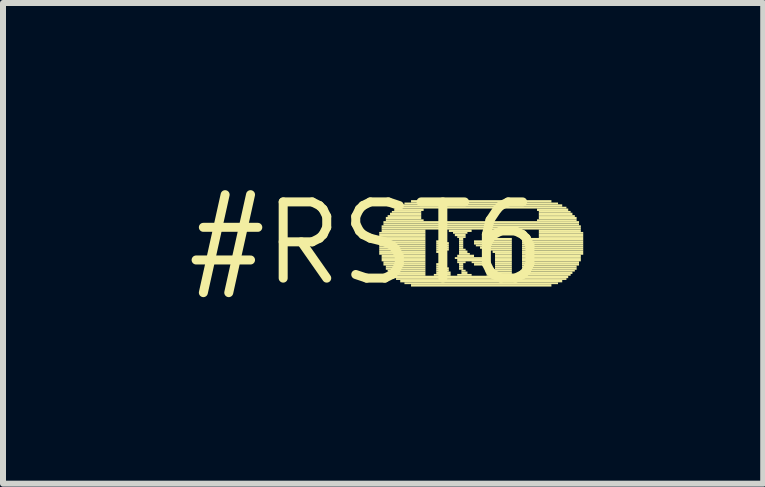
<source format=kicad_pcb>
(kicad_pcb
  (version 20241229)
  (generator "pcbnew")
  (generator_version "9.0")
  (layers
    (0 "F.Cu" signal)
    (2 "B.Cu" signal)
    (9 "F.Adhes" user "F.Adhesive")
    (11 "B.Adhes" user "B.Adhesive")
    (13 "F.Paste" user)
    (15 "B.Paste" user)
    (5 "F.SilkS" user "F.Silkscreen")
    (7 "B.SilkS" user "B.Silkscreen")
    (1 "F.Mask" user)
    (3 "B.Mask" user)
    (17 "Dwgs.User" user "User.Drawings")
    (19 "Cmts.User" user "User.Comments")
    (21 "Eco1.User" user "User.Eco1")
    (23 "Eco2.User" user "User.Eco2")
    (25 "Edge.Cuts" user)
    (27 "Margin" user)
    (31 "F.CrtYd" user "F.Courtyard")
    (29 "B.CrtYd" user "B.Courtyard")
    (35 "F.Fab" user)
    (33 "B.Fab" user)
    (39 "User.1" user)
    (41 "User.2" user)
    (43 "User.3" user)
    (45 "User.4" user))
  (footprint "#RST6"
    (layer "F.Cu")
    (at 3.061 1.006)
    (property "Reference" "#RST6" (at 0 0 0) (layer "F.SilkS") (effects (font (size 1.27 1.27) (thickness 0.15))))
    (fp_poly (pts (xy 0.21 -0.16) (xy 0.98 -0.16) (xy 0.98 -0.19) (xy 0.21 -0.19)) (stroke (width 0) (type solid)) (fill yes) (layer "F.SilkS"))
    (fp_poly (pts (xy 0.21 -0.12) (xy 0.98 -0.12) (xy 0.98 -0.16) (xy 0.21 -0.16)) (stroke (width 0) (type solid)) (fill yes) (layer "F.SilkS"))
    (fp_poly (pts (xy 0.21 -0.09) (xy 0.98 -0.09) (xy 0.98 -0.12) (xy 0.21 -0.12)) (stroke (width 0) (type solid)) (fill yes) (layer "F.SilkS"))
    (fp_poly (pts (xy 0.21 -0.05) (xy 0.98 -0.05) (xy 0.98 -0.09) (xy 0.21 -0.09)) (stroke (width 0) (type solid)) (fill yes) (layer "F.SilkS"))
    (fp_poly (pts (xy 0.21 -0.02) (xy 0.98 -0.02) (xy 0.98 -0.05) (xy 0.21 -0.05)) (stroke (width 0) (type solid)) (fill yes) (layer "F.SilkS"))
    (fp_poly (pts (xy 0.21 0.02) (xy 0.98 0.02) (xy 0.98 -0.02) (xy 0.21 -0.02)) (stroke (width 0) (type solid)) (fill yes) (layer "F.SilkS"))
    (fp_poly (pts (xy 0.21 0.05) (xy 0.98 0.05) (xy 0.98 0.02) (xy 0.21 0.02)) (stroke (width 0) (type solid)) (fill yes) (layer "F.SilkS"))
    (fp_poly (pts (xy 0.21 0.09) (xy 0.98 0.09) (xy 0.98 0.05) (xy 0.21 0.05)) (stroke (width 0) (type solid)) (fill yes) (layer "F.SilkS"))
    (fp_poly (pts (xy 0.21 0.12) (xy 0.98 0.12) (xy 0.98 0.09) (xy 0.21 0.09)) (stroke (width 0) (type solid)) (fill yes) (layer "F.SilkS"))
    (fp_poly (pts (xy 0.21 0.16) (xy 0.98 0.16) (xy 0.98 0.12) (xy 0.21 0.12)) (stroke (width 0) (type solid)) (fill yes) (layer "F.SilkS"))
    (fp_poly (pts (xy 0.21 0.19) (xy 0.98 0.19) (xy 0.98 0.16) (xy 0.21 0.16)) (stroke (width 0) (type solid)) (fill yes) (layer "F.SilkS"))
    (fp_poly (pts (xy 0.25 -0.26) (xy 3.57 -0.26) (xy 3.57 -0.3) (xy 0.25 -0.3)) (stroke (width 0) (type solid)) (fill yes) (layer "F.SilkS"))
    (fp_poly (pts (xy 0.25 -0.23) (xy 3.57 -0.23) (xy 3.57 -0.26) (xy 0.25 -0.26)) (stroke (width 0) (type solid)) (fill yes) (layer "F.SilkS"))
    (fp_poly (pts (xy 0.25 -0.19) (xy 0.98 -0.19) (xy 0.98 -0.23) (xy 0.25 -0.23)) (stroke (width 0) (type solid)) (fill yes) (layer "F.SilkS"))
    (fp_poly (pts (xy 0.25 0.23) (xy 0.98 0.23) (xy 0.98 0.19) (xy 0.25 0.19)) (stroke (width 0) (type solid)) (fill yes) (layer "F.SilkS"))
    (fp_poly (pts (xy 0.25 0.26) (xy 0.98 0.26) (xy 0.98 0.23) (xy 0.25 0.23)) (stroke (width 0) (type solid)) (fill yes) (layer "F.SilkS"))
    (fp_poly (pts (xy 0.25 0.3) (xy 0.98 0.3) (xy 0.98 0.26) (xy 0.25 0.26)) (stroke (width 0) (type solid)) (fill yes) (layer "F.SilkS"))
    (fp_poly (pts (xy 0.28 -0.33) (xy 3.54 -0.33) (xy 3.54 -0.37) (xy 0.28 -0.37)) (stroke (width 0) (type solid)) (fill yes) (layer "F.SilkS"))
    (fp_poly (pts (xy 0.28 -0.3) (xy 3.54 -0.3) (xy 3.54 -0.33) (xy 0.28 -0.33)) (stroke (width 0) (type solid)) (fill yes) (layer "F.SilkS"))
    (fp_poly (pts (xy 0.28 0.33) (xy 0.98 0.33) (xy 0.98 0.3) (xy 0.28 0.3)) (stroke (width 0) (type solid)) (fill yes) (layer "F.SilkS"))
    (fp_poly (pts (xy 0.28 0.37) (xy 0.98 0.37) (xy 0.98 0.33) (xy 0.28 0.33)) (stroke (width 0) (type solid)) (fill yes) (layer "F.SilkS"))
    (fp_poly (pts (xy 0.32 -0.4) (xy 0.91 -0.4) (xy 0.91 -0.44) (xy 0.32 -0.44)) (stroke (width 0) (type solid)) (fill yes) (layer "F.SilkS"))
    (fp_poly (pts (xy 0.32 -0.37) (xy 0.95 -0.37) (xy 0.95 -0.4) (xy 0.32 -0.4)) (stroke (width 0) (type solid)) (fill yes) (layer "F.SilkS"))
    (fp_poly (pts (xy 0.32 0.4) (xy 0.98 0.4) (xy 0.98 0.37) (xy 0.32 0.37)) (stroke (width 0) (type solid)) (fill yes) (layer "F.SilkS"))
    (fp_poly (pts (xy 0.32 0.44) (xy 0.98 0.44) (xy 0.98 0.4) (xy 0.32 0.4)) (stroke (width 0) (type solid)) (fill yes) (layer "F.SilkS"))
    (fp_poly (pts (xy 0.35 -0.44) (xy 0.91 -0.44) (xy 0.91 -0.47) (xy 0.35 -0.47)) (stroke (width 0) (type solid)) (fill yes) (layer "F.SilkS"))
    (fp_poly (pts (xy 0.35 0.47) (xy 0.98 0.47) (xy 0.98 0.44) (xy 0.35 0.44)) (stroke (width 0) (type solid)) (fill yes) (layer "F.SilkS"))
    (fp_poly (pts (xy 0.39 -0.47) (xy 0.91 -0.47) (xy 0.91 -0.51) (xy 0.39 -0.51)) (stroke (width 0) (type solid)) (fill yes) (layer "F.SilkS"))
    (fp_poly (pts (xy 0.39 0.51) (xy 0.98 0.51) (xy 0.98 0.47) (xy 0.39 0.47)) (stroke (width 0) (type solid)) (fill yes) (layer "F.SilkS"))
    (fp_poly (pts (xy 0.42 -0.51) (xy 0.91 -0.51) (xy 0.91 -0.54) (xy 0.42 -0.54)) (stroke (width 0) (type solid)) (fill yes) (layer "F.SilkS"))
    (fp_poly (pts (xy 0.42 0.54) (xy 0.98 0.54) (xy 0.98 0.51) (xy 0.42 0.51)) (stroke (width 0) (type solid)) (fill yes) (layer "F.SilkS"))
    (fp_poly (pts (xy 0.46 -0.54) (xy 0.95 -0.54) (xy 0.95 -0.58) (xy 0.46 -0.58)) (stroke (width 0) (type solid)) (fill yes) (layer "F.SilkS"))
    (fp_poly (pts (xy 0.46 0.58) (xy 3.36 0.58) (xy 3.36 0.54) (xy 0.46 0.54)) (stroke (width 0) (type solid)) (fill yes) (layer "F.SilkS"))
    (fp_poly (pts (xy 0.49 -0.58) (xy 3.33 -0.58) (xy 3.33 -0.61) (xy 0.49 -0.61)) (stroke (width 0) (type solid)) (fill yes) (layer "F.SilkS"))
    (fp_poly (pts (xy 0.49 0.61) (xy 3.33 0.61) (xy 3.33 0.58) (xy 0.49 0.58)) (stroke (width 0) (type solid)) (fill yes) (layer "F.SilkS"))
    (fp_poly (pts (xy 0.56 -0.61) (xy 3.26 -0.61) (xy 3.26 -0.65) (xy 0.56 -0.65)) (stroke (width 0) (type solid)) (fill yes) (layer "F.SilkS"))
    (fp_poly (pts (xy 0.56 0.65) (xy 3.26 0.65) (xy 3.26 0.61) (xy 0.56 0.61)) (stroke (width 0) (type solid)) (fill yes) (layer "F.SilkS"))
    (fp_poly (pts (xy 0.63 -0.65) (xy 3.19 -0.65) (xy 3.19 -0.68) (xy 0.63 -0.68)) (stroke (width 0) (type solid)) (fill yes) (layer "F.SilkS"))
    (fp_poly (pts (xy 0.63 0.68) (xy 3.19 0.68) (xy 3.19 0.65) (xy 0.63 0.65)) (stroke (width 0) (type solid)) (fill yes) (layer "F.SilkS"))
    (fp_poly (pts (xy 0.74 -0.68) (xy 3.08 -0.68) (xy 3.08 -0.72) (xy 0.74 -0.72)) (stroke (width 0) (type solid)) (fill yes) (layer "F.SilkS"))
    (fp_poly (pts (xy 0.74 0.72) (xy 3.08 0.72) (xy 3.08 0.68) (xy 0.74 0.68)) (stroke (width 0) (type solid)) (fill yes) (layer "F.SilkS"))
    (fp_poly (pts (xy 1.12 0.54) (xy 1.4 0.54) (xy 1.4 0.51) (xy 1.12 0.51)) (stroke (width 0) (type solid)) (fill yes) (layer "F.SilkS"))
    (fp_poly (pts (xy 1.16 -0.02) (xy 1.33 -0.02) (xy 1.33 -0.05) (xy 1.16 -0.05)) (stroke (width 0) (type solid)) (fill yes) (layer "F.SilkS"))
    (fp_poly (pts (xy 1.16 0.02) (xy 1.37 0.02) (xy 1.37 -0.02) (xy 1.16 -0.02)) (stroke (width 0) (type solid)) (fill yes) (layer "F.SilkS"))
    (fp_poly (pts (xy 1.16 0.05) (xy 1.37 0.05) (xy 1.37 0.02) (xy 1.16 0.02)) (stroke (width 0) (type solid)) (fill yes) (layer "F.SilkS"))
    (fp_poly (pts (xy 1.16 0.09) (xy 1.37 0.09) (xy 1.37 0.05) (xy 1.16 0.05)) (stroke (width 0) (type solid)) (fill yes) (layer "F.SilkS"))
    (fp_poly (pts (xy 1.16 0.12) (xy 1.37 0.12) (xy 1.37 0.09) (xy 1.16 0.09)) (stroke (width 0) (type solid)) (fill yes) (layer "F.SilkS"))
    (fp_poly (pts (xy 1.16 0.16) (xy 1.33 0.16) (xy 1.33 0.12) (xy 1.16 0.12)) (stroke (width 0) (type solid)) (fill yes) (layer "F.SilkS"))
    (fp_poly (pts (xy 1.16 0.37) (xy 1.33 0.37) (xy 1.33 0.33) (xy 1.16 0.33)) (stroke (width 0) (type solid)) (fill yes) (layer "F.SilkS"))
    (fp_poly (pts (xy 1.16 0.4) (xy 1.33 0.4) (xy 1.33 0.37) (xy 1.16 0.37)) (stroke (width 0) (type solid)) (fill yes) (layer "F.SilkS"))
    (fp_poly (pts (xy 1.16 0.44) (xy 1.37 0.44) (xy 1.37 0.4) (xy 1.16 0.4)) (stroke (width 0) (type solid)) (fill yes) (layer "F.SilkS"))
    (fp_poly (pts (xy 1.16 0.47) (xy 1.37 0.47) (xy 1.37 0.44) (xy 1.16 0.44)) (stroke (width 0) (type solid)) (fill yes) (layer "F.SilkS"))
    (fp_poly (pts (xy 1.16 0.51) (xy 1.4 0.51) (xy 1.4 0.47) (xy 1.16 0.47)) (stroke (width 0) (type solid)) (fill yes) (layer "F.SilkS"))
    (fp_poly (pts (xy 1.37 -0.19) (xy 1.75 -0.19) (xy 1.75 -0.23) (xy 1.37 -0.23)) (stroke (width 0) (type solid)) (fill yes) (layer "F.SilkS"))
    (fp_poly (pts (xy 1.44 -0.16) (xy 1.68 -0.16) (xy 1.68 -0.19) (xy 1.44 -0.19)) (stroke (width 0) (type solid)) (fill yes) (layer "F.SilkS"))
    (fp_poly (pts (xy 1.47 -0.12) (xy 1.65 -0.12) (xy 1.65 -0.16) (xy 1.47 -0.16)) (stroke (width 0) (type solid)) (fill yes) (layer "F.SilkS"))
    (fp_poly (pts (xy 1.47 0.26) (xy 1.93 0.26) (xy 1.93 0.23) (xy 1.47 0.23)) (stroke (width 0) (type solid)) (fill yes) (layer "F.SilkS"))
    (fp_poly (pts (xy 1.51 -0.09) (xy 1.65 -0.09) (xy 1.65 -0.12) (xy 1.51 -0.12)) (stroke (width 0) (type solid)) (fill yes) (layer "F.SilkS"))
    (fp_poly (pts (xy 1.51 0.23) (xy 1.79 0.23) (xy 1.79 0.19) (xy 1.51 0.19)) (stroke (width 0) (type solid)) (fill yes) (layer "F.SilkS"))
    (fp_poly (pts (xy 1.51 0.3) (xy 1.96 0.3) (xy 1.96 0.26) (xy 1.51 0.26)) (stroke (width 0) (type solid)) (fill yes) (layer "F.SilkS"))
    (fp_poly (pts (xy 1.51 0.33) (xy 1.65 0.33) (xy 1.65 0.3) (xy 1.51 0.3)) (stroke (width 0) (type solid)) (fill yes) (layer "F.SilkS"))
    (fp_poly (pts (xy 1.51 0.54) (xy 1.75 0.54) (xy 1.75 0.51) (xy 1.51 0.51)) (stroke (width 0) (type solid)) (fill yes) (layer "F.SilkS"))
    (fp_poly (pts (xy 1.54 -0.05) (xy 1.61 -0.05) (xy 1.61 -0.09) (xy 1.54 -0.09)) (stroke (width 0) (type solid)) (fill yes) (layer "F.SilkS"))
    (fp_poly (pts (xy 1.54 -0.02) (xy 1.61 -0.02) (xy 1.61 -0.05) (xy 1.54 -0.05)) (stroke (width 0) (type solid)) (fill yes) (layer "F.SilkS"))
    (fp_poly (pts (xy 1.54 0.02) (xy 1.61 0.02) (xy 1.61 -0.02) (xy 1.54 -0.02)) (stroke (width 0) (type solid)) (fill yes) (layer "F.SilkS"))
    (fp_poly (pts (xy 1.54 0.05) (xy 1.61 0.05) (xy 1.61 0.02) (xy 1.54 0.02)) (stroke (width 0) (type solid)) (fill yes) (layer "F.SilkS"))
    (fp_poly (pts (xy 1.54 0.09) (xy 1.61 0.09) (xy 1.61 0.05) (xy 1.54 0.05)) (stroke (width 0) (type solid)) (fill yes) (layer "F.SilkS"))
    (fp_poly (pts (xy 1.54 0.12) (xy 1.65 0.12) (xy 1.65 0.09) (xy 1.54 0.09)) (stroke (width 0) (type solid)) (fill yes) (layer "F.SilkS"))
    (fp_poly (pts (xy 1.54 0.16) (xy 1.68 0.16) (xy 1.68 0.12) (xy 1.54 0.12)) (stroke (width 0) (type solid)) (fill yes) (layer "F.SilkS"))
    (fp_poly (pts (xy 1.54 0.19) (xy 1.72 0.19) (xy 1.72 0.16) (xy 1.54 0.16)) (stroke (width 0) (type solid)) (fill yes) (layer "F.SilkS"))
    (fp_poly (pts (xy 1.54 0.37) (xy 1.61 0.37) (xy 1.61 0.33) (xy 1.54 0.33)) (stroke (width 0) (type solid)) (fill yes) (layer "F.SilkS"))
    (fp_poly (pts (xy 1.54 0.4) (xy 1.61 0.4) (xy 1.61 0.37) (xy 1.54 0.37)) (stroke (width 0) (type solid)) (fill yes) (layer "F.SilkS"))
    (fp_poly (pts (xy 1.54 0.44) (xy 1.61 0.44) (xy 1.61 0.4) (xy 1.54 0.4)) (stroke (width 0) (type solid)) (fill yes) (layer "F.SilkS"))
    (fp_poly (pts (xy 1.58 0.47) (xy 1.65 0.47) (xy 1.65 0.44) (xy 1.58 0.44)) (stroke (width 0) (type solid)) (fill yes) (layer "F.SilkS"))
    (fp_poly (pts (xy 1.58 0.51) (xy 1.68 0.51) (xy 1.68 0.47) (xy 1.58 0.47)) (stroke (width 0) (type solid)) (fill yes) (layer "F.SilkS"))
    (fp_poly (pts (xy 1.75 0.33) (xy 1.96 0.33) (xy 1.96 0.3) (xy 1.75 0.3)) (stroke (width 0) (type solid)) (fill yes) (layer "F.SilkS"))
    (fp_poly (pts (xy 1.79 -0.02) (xy 1.96 -0.02) (xy 1.96 -0.05) (xy 1.79 -0.05)) (stroke (width 0) (type solid)) (fill yes) (layer "F.SilkS"))
    (fp_poly (pts (xy 1.79 0.02) (xy 2.42 0.02) (xy 2.42 -0.02) (xy 1.79 -0.02)) (stroke (width 0) (type solid)) (fill yes) (layer "F.SilkS"))
    (fp_poly (pts (xy 1.79 0.37) (xy 1.96 0.37) (xy 1.96 0.33) (xy 1.79 0.33)) (stroke (width 0) (type solid)) (fill yes) (layer "F.SilkS"))
    (fp_poly (pts (xy 1.82 0.05) (xy 2.42 0.05) (xy 2.42 0.02) (xy 1.82 0.02)) (stroke (width 0) (type solid)) (fill yes) (layer "F.SilkS"))
    (fp_poly (pts (xy 1.89 0.09) (xy 2.42 0.09) (xy 2.42 0.05) (xy 1.89 0.05)) (stroke (width 0) (type solid)) (fill yes) (layer "F.SilkS"))
    (fp_poly (pts (xy 2 0.54) (xy 2.45 0.54) (xy 2.45 0.51) (xy 2 0.51)) (stroke (width 0) (type solid)) (fill yes) (layer "F.SilkS"))
    (fp_poly (pts (xy 2.03 -0.19) (xy 2.17 -0.19) (xy 2.17 -0.23) (xy 2.03 -0.23)) (stroke (width 0) (type solid)) (fill yes) (layer "F.SilkS"))
    (fp_poly (pts (xy 2.03 0.12) (xy 2.42 0.12) (xy 2.42 0.09) (xy 2.03 0.09)) (stroke (width 0) (type solid)) (fill yes) (layer "F.SilkS"))
    (fp_poly (pts (xy 2.07 -0.16) (xy 2.14 -0.16) (xy 2.14 -0.19) (xy 2.07 -0.19)) (stroke (width 0) (type solid)) (fill yes) (layer "F.SilkS"))
    (fp_poly (pts (xy 2.07 -0.02) (xy 2.42 -0.02) (xy 2.42 -0.05) (xy 2.07 -0.05)) (stroke (width 0) (type solid)) (fill yes) (layer "F.SilkS"))
    (fp_poly (pts (xy 2.07 0.51) (xy 2.42 0.51) (xy 2.42 0.47) (xy 2.07 0.47)) (stroke (width 0) (type solid)) (fill yes) (layer "F.SilkS"))
    (fp_poly (pts (xy 2.1 -0.12) (xy 2.14 -0.12) (xy 2.14 -0.16) (xy 2.1 -0.16)) (stroke (width 0) (type solid)) (fill yes) (layer "F.SilkS"))
    (fp_poly (pts (xy 2.1 -0.09) (xy 2.17 -0.09) (xy 2.17 -0.12) (xy 2.1 -0.12)) (stroke (width 0) (type solid)) (fill yes) (layer "F.SilkS"))
    (fp_poly (pts (xy 2.1 -0.05) (xy 2.42 -0.05) (xy 2.42 -0.09) (xy 2.1 -0.09)) (stroke (width 0) (type solid)) (fill yes) (layer "F.SilkS"))
    (fp_poly (pts (xy 2.1 0.16) (xy 2.42 0.16) (xy 2.42 0.12) (xy 2.1 0.12)) (stroke (width 0) (type solid)) (fill yes) (layer "F.SilkS"))
    (fp_poly (pts (xy 2.1 0.47) (xy 2.42 0.47) (xy 2.42 0.44) (xy 2.1 0.44)) (stroke (width 0) (type solid)) (fill yes) (layer "F.SilkS"))
    (fp_poly (pts (xy 2.14 0.19) (xy 2.42 0.19) (xy 2.42 0.16) (xy 2.14 0.16)) (stroke (width 0) (type solid)) (fill yes) (layer "F.SilkS"))
    (fp_poly (pts (xy 2.14 0.23) (xy 2.42 0.23) (xy 2.42 0.19) (xy 2.14 0.19)) (stroke (width 0) (type solid)) (fill yes) (layer "F.SilkS"))
    (fp_poly (pts (xy 2.14 0.26) (xy 2.42 0.26) (xy 2.42 0.23) (xy 2.14 0.23)) (stroke (width 0) (type solid)) (fill yes) (layer "F.SilkS"))
    (fp_poly (pts (xy 2.14 0.3) (xy 2.42 0.3) (xy 2.42 0.26) (xy 2.14 0.26)) (stroke (width 0) (type solid)) (fill yes) (layer "F.SilkS"))
    (fp_poly (pts (xy 2.14 0.33) (xy 2.42 0.33) (xy 2.42 0.3) (xy 2.14 0.3)) (stroke (width 0) (type solid)) (fill yes) (layer "F.SilkS"))
    (fp_poly (pts (xy 2.14 0.37) (xy 2.42 0.37) (xy 2.42 0.33) (xy 2.14 0.33)) (stroke (width 0) (type solid)) (fill yes) (layer "F.SilkS"))
    (fp_poly (pts (xy 2.14 0.4) (xy 2.42 0.4) (xy 2.42 0.37) (xy 2.14 0.37)) (stroke (width 0) (type solid)) (fill yes) (layer "F.SilkS"))
    (fp_poly (pts (xy 2.14 0.44) (xy 2.42 0.44) (xy 2.42 0.4) (xy 2.14 0.4)) (stroke (width 0) (type solid)) (fill yes) (layer "F.SilkS"))
    (fp_poly (pts (xy 2.59 -0.02) (xy 3.61 -0.02) (xy 3.61 -0.05) (xy 2.59 -0.05)) (stroke (width 0) (type solid)) (fill yes) (layer "F.SilkS"))
    (fp_poly (pts (xy 2.59 0.02) (xy 3.61 0.02) (xy 3.61 -0.02) (xy 2.59 -0.02)) (stroke (width 0) (type solid)) (fill yes) (layer "F.SilkS"))
    (fp_poly (pts (xy 2.59 0.05) (xy 3.61 0.05) (xy 3.61 0.02) (xy 2.59 0.02)) (stroke (width 0) (type solid)) (fill yes) (layer "F.SilkS"))
    (fp_poly (pts (xy 2.59 0.09) (xy 3.61 0.09) (xy 3.61 0.05) (xy 2.59 0.05)) (stroke (width 0) (type solid)) (fill yes) (layer "F.SilkS"))
    (fp_poly (pts (xy 2.59 0.12) (xy 3.61 0.12) (xy 3.61 0.09) (xy 2.59 0.09)) (stroke (width 0) (type solid)) (fill yes) (layer "F.SilkS"))
    (fp_poly (pts (xy 2.59 0.16) (xy 3.61 0.16) (xy 3.61 0.12) (xy 2.59 0.12)) (stroke (width 0) (type solid)) (fill yes) (layer "F.SilkS"))
    (fp_poly (pts (xy 2.59 0.19) (xy 3.61 0.19) (xy 3.61 0.16) (xy 2.59 0.16)) (stroke (width 0) (type solid)) (fill yes) (layer "F.SilkS"))
    (fp_poly (pts (xy 2.59 0.23) (xy 3.57 0.23) (xy 3.57 0.19) (xy 2.59 0.19)) (stroke (width 0) (type solid)) (fill yes) (layer "F.SilkS"))
    (fp_poly (pts (xy 2.59 0.26) (xy 3.57 0.26) (xy 3.57 0.23) (xy 2.59 0.23)) (stroke (width 0) (type solid)) (fill yes) (layer "F.SilkS"))
    (fp_poly (pts (xy 2.59 0.3) (xy 3.57 0.3) (xy 3.57 0.26) (xy 2.59 0.26)) (stroke (width 0) (type solid)) (fill yes) (layer "F.SilkS"))
    (fp_poly (pts (xy 2.59 0.33) (xy 3.54 0.33) (xy 3.54 0.3) (xy 2.59 0.3)) (stroke (width 0) (type solid)) (fill yes) (layer "F.SilkS"))
    (fp_poly (pts (xy 2.59 0.37) (xy 3.54 0.37) (xy 3.54 0.33) (xy 2.59 0.33)) (stroke (width 0) (type solid)) (fill yes) (layer "F.SilkS"))
    (fp_poly (pts (xy 2.59 0.4) (xy 3.5 0.4) (xy 3.5 0.37) (xy 2.59 0.37)) (stroke (width 0) (type solid)) (fill yes) (layer "F.SilkS"))
    (fp_poly (pts (xy 2.59 0.44) (xy 3.5 0.44) (xy 3.5 0.4) (xy 2.59 0.4)) (stroke (width 0) (type solid)) (fill yes) (layer "F.SilkS"))
    (fp_poly (pts (xy 2.59 0.47) (xy 3.47 0.47) (xy 3.47 0.44) (xy 2.59 0.44)) (stroke (width 0) (type solid)) (fill yes) (layer "F.SilkS"))
    (fp_poly (pts (xy 2.59 0.51) (xy 3.43 0.51) (xy 3.43 0.47) (xy 2.59 0.47)) (stroke (width 0) (type solid)) (fill yes) (layer "F.SilkS"))
    (fp_poly (pts (xy 2.59 0.54) (xy 3.4 0.54) (xy 3.4 0.51) (xy 2.59 0.51)) (stroke (width 0) (type solid)) (fill yes) (layer "F.SilkS"))
    (fp_poly (pts (xy 2.63 -0.05) (xy 3.61 -0.05) (xy 3.61 -0.09) (xy 2.63 -0.09)) (stroke (width 0) (type solid)) (fill yes) (layer "F.SilkS"))
    (fp_poly (pts (xy 2.84 -0.54) (xy 3.36 -0.54) (xy 3.36 -0.58) (xy 2.84 -0.58)) (stroke (width 0) (type solid)) (fill yes) (layer "F.SilkS"))
    (fp_poly (pts (xy 2.84 -0.37) (xy 3.5 -0.37) (xy 3.5 -0.4) (xy 2.84 -0.4)) (stroke (width 0) (type solid)) (fill yes) (layer "F.SilkS"))
    (fp_poly (pts (xy 2.87 -0.51) (xy 3.4 -0.51) (xy 3.4 -0.54) (xy 2.87 -0.54)) (stroke (width 0) (type solid)) (fill yes) (layer "F.SilkS"))
    (fp_poly (pts (xy 2.87 -0.47) (xy 3.43 -0.47) (xy 3.43 -0.51) (xy 2.87 -0.51)) (stroke (width 0) (type solid)) (fill yes) (layer "F.SilkS"))
    (fp_poly (pts (xy 2.87 -0.44) (xy 3.47 -0.44) (xy 3.47 -0.47) (xy 2.87 -0.47)) (stroke (width 0) (type solid)) (fill yes) (layer "F.SilkS"))
    (fp_poly (pts (xy 2.87 -0.4) (xy 3.5 -0.4) (xy 3.5 -0.44) (xy 2.87 -0.44)) (stroke (width 0) (type solid)) (fill yes) (layer "F.SilkS"))
    (fp_poly (pts (xy 2.87 -0.19) (xy 3.57 -0.19) (xy 3.57 -0.23) (xy 2.87 -0.23)) (stroke (width 0) (type solid)) (fill yes) (layer "F.SilkS"))
    (fp_poly (pts (xy 2.87 -0.16) (xy 3.61 -0.16) (xy 3.61 -0.19) (xy 2.87 -0.19)) (stroke (width 0) (type solid)) (fill yes) (layer "F.SilkS"))
    (fp_poly (pts (xy 2.87 -0.12) (xy 3.61 -0.12) (xy 3.61 -0.16) (xy 2.87 -0.16)) (stroke (width 0) (type solid)) (fill yes) (layer "F.SilkS"))
    (fp_poly (pts (xy 2.87 -0.09) (xy 3.61 -0.09) (xy 3.61 -0.12) (xy 2.87 -0.12)) (stroke (width 0) (type solid)) (fill yes) (layer "F.SilkS")))
  (gr_rect
    (start -3 -3)
    (end 9.671 5.012)
    (stroke (width 0.1) (type default))
    (fill no)
    (layer "Edge.Cuts")))
</source>
